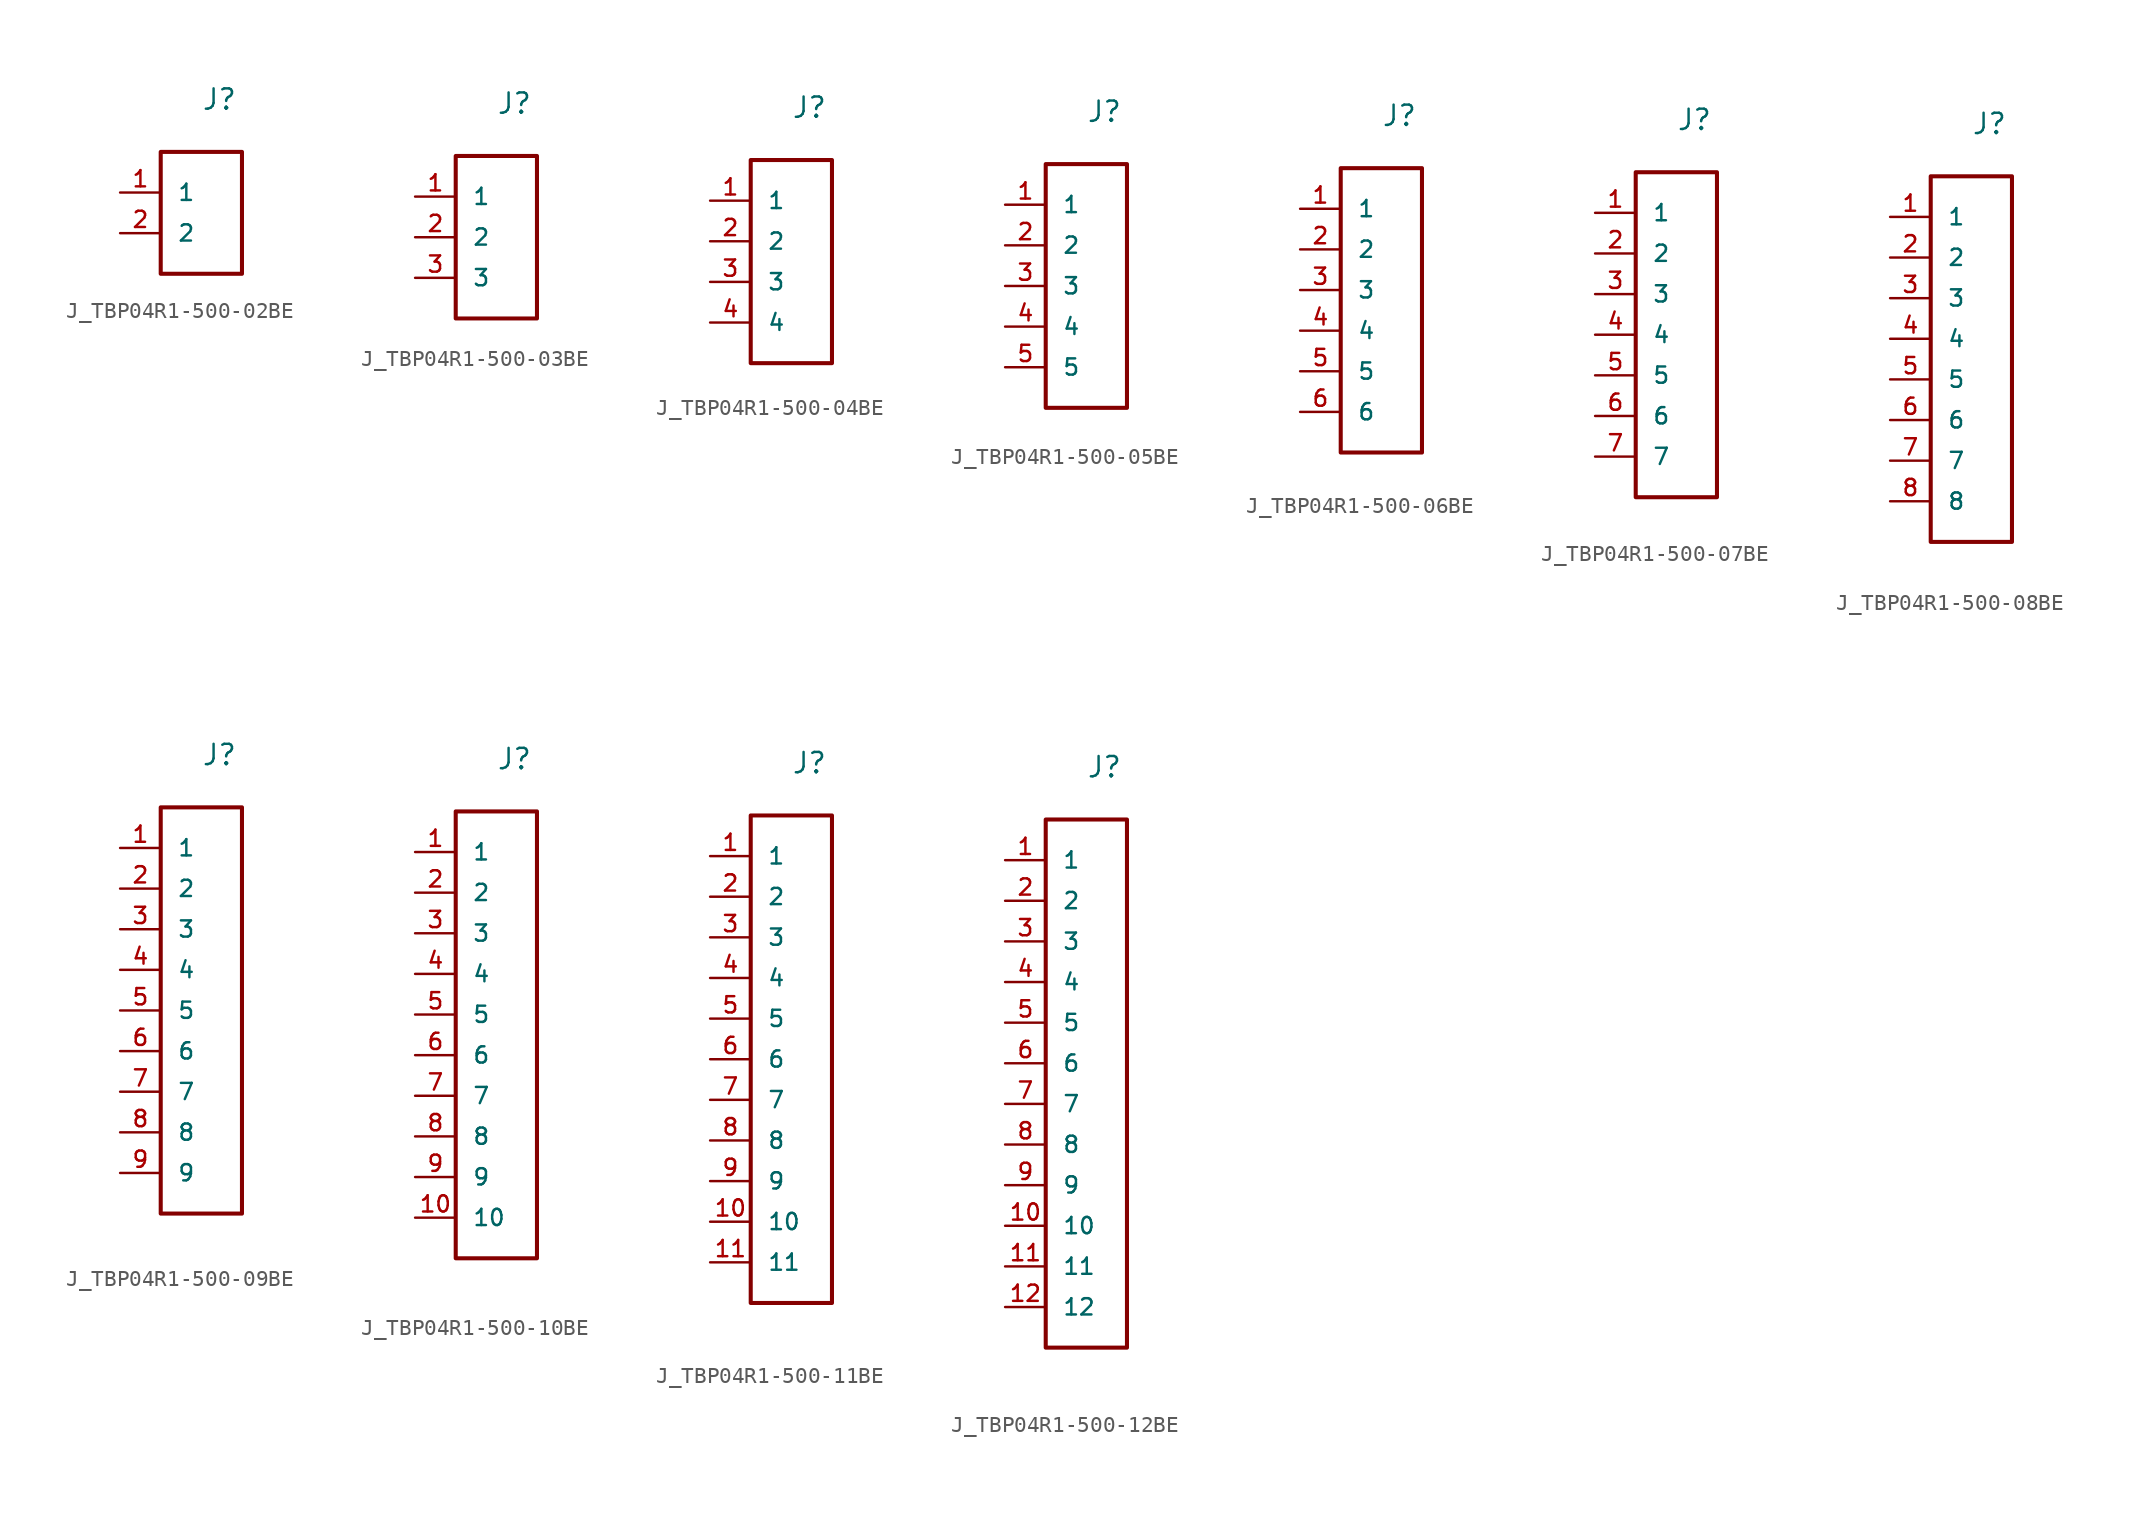
<source format=kicad_sym>
(kicad_symbol_lib
  (version 20231120)
  (generator "kicad_symbol_editor")
  (generator_version "8.0")
  (symbol "J_TBP04R1-500-02BE"
    (pin_names
      (offset 1.016))
    (property "Reference" "J"
      (at 0 6.35 0)
      (effects (font (size 1.27 1.27)) (justify left bottom)))
    (symbol "J_TBP04R1-500-02BE_0_0"
      (pin passive line (at -5.08 1.27 0) (length 2.54) (name "1" (effects (font (size 1.016 1.016)))) (number "1" (effects (font (size 1.016 1.016)))))
      (pin passive line (at -5.08 -1.27 0) (length 2.54) (name "2" (effects (font (size 1.016 1.016)))) (number "2" (effects (font (size 1.016 1.016))))))
    (symbol "J_TBP04R1-500-02BE_1_0"
      (rectangle (start -2.54 3.81) (end 2.54 -3.81) (stroke (width 0.254) (type solid)) (fill (type none)))))
  (symbol "J_TBP04R1-500-03BE"
    (pin_names
      (offset 1.016))
    (property "Reference" "J"
      (at 0 7.62 0)
      (effects (font (size 1.27 1.27)) (justify left bottom)))
    (symbol "J_TBP04R1-500-03BE_0_0"
      (pin passive line (at -5.08 2.54 0) (length 2.54) (name "1" (effects (font (size 1.016 1.016)))) (number "1" (effects (font (size 1.016 1.016)))))
      (pin passive line (at -5.08 0.0 0) (length 2.54) (name "2" (effects (font (size 1.016 1.016)))) (number "2" (effects (font (size 1.016 1.016)))))
      (pin passive line (at -5.08 -2.54 0) (length 2.54) (name "3" (effects (font (size 1.016 1.016)))) (number "3" (effects (font (size 1.016 1.016))))))
    (symbol "J_TBP04R1-500-03BE_1_0"
      (rectangle (start -2.54 5.08) (end 2.54 -5.08) (stroke (width 0.254) (type solid)) (fill (type none)))))
  (symbol "J_TBP04R1-500-04BE"
    (pin_names
      (offset 1.016))
    (property "Reference" "J"
      (at 0 8.89 0)
      (effects (font (size 1.27 1.27)) (justify left bottom)))
    (symbol "J_TBP04R1-500-04BE_0_0"
      (pin passive line (at -5.08 3.81 0) (length 2.54) (name "1" (effects (font (size 1.016 1.016)))) (number "1" (effects (font (size 1.016 1.016)))))
      (pin passive line (at -5.08 1.27 0) (length 2.54) (name "2" (effects (font (size 1.016 1.016)))) (number "2" (effects (font (size 1.016 1.016)))))
      (pin passive line (at -5.08 -1.27 0) (length 2.54) (name "3" (effects (font (size 1.016 1.016)))) (number "3" (effects (font (size 1.016 1.016)))))
      (pin passive line (at -5.08 -3.81 0) (length 2.54) (name "4" (effects (font (size 1.016 1.016)))) (number "4" (effects (font (size 1.016 1.016))))))
    (symbol "J_TBP04R1-500-04BE_1_0"
      (rectangle (start -2.54 6.35) (end 2.54 -6.35) (stroke (width 0.254) (type solid)) (fill (type none)))))
  (symbol "J_TBP04R1-500-05BE"
    (pin_names
      (offset 1.016))
    (property "Reference" "J"
      (at 0 10.16 0)
      (effects (font (size 1.27 1.27)) (justify left bottom)))
    (symbol "J_TBP04R1-500-05BE_0_0"
      (pin passive line (at -5.08 5.08 0) (length 2.54) (name "1" (effects (font (size 1.016 1.016)))) (number "1" (effects (font (size 1.016 1.016)))))
      (pin passive line (at -5.08 2.54 0) (length 2.54) (name "2" (effects (font (size 1.016 1.016)))) (number "2" (effects (font (size 1.016 1.016)))))
      (pin passive line (at -5.08 0.0 0) (length 2.54) (name "3" (effects (font (size 1.016 1.016)))) (number "3" (effects (font (size 1.016 1.016)))))
      (pin passive line (at -5.08 -2.54 0) (length 2.54) (name "4" (effects (font (size 1.016 1.016)))) (number "4" (effects (font (size 1.016 1.016)))))
      (pin passive line (at -5.08 -5.08 0) (length 2.54) (name "5" (effects (font (size 1.016 1.016)))) (number "5" (effects (font (size 1.016 1.016))))))
    (symbol "J_TBP04R1-500-05BE_1_0"
      (rectangle (start -2.54 7.62) (end 2.54 -7.62) (stroke (width 0.254) (type solid)) (fill (type none)))))
  (symbol "J_TBP04R1-500-06BE"
    (pin_names
      (offset 1.016))
    (property "Reference" "J"
      (at 0 11.43 0)
      (effects (font (size 1.27 1.27)) (justify left bottom)))
    (symbol "J_TBP04R1-500-06BE_0_0"
      (pin passive line (at -5.08 6.35 0) (length 2.54) (name "1" (effects (font (size 1.016 1.016)))) (number "1" (effects (font (size 1.016 1.016)))))
      (pin passive line (at -5.08 3.81 0) (length 2.54) (name "2" (effects (font (size 1.016 1.016)))) (number "2" (effects (font (size 1.016 1.016)))))
      (pin passive line (at -5.08 1.27 0) (length 2.54) (name "3" (effects (font (size 1.016 1.016)))) (number "3" (effects (font (size 1.016 1.016)))))
      (pin passive line (at -5.08 -1.27 0) (length 2.54) (name "4" (effects (font (size 1.016 1.016)))) (number "4" (effects (font (size 1.016 1.016)))))
      (pin passive line (at -5.08 -3.81 0) (length 2.54) (name "5" (effects (font (size 1.016 1.016)))) (number "5" (effects (font (size 1.016 1.016)))))
      (pin passive line (at -5.08 -6.35 0) (length 2.54) (name "6" (effects (font (size 1.016 1.016)))) (number "6" (effects (font (size 1.016 1.016))))))
    (symbol "J_TBP04R1-500-06BE_1_0"
      (rectangle (start -2.54 8.89) (end 2.54 -8.89) (stroke (width 0.254) (type solid)) (fill (type none)))))
  (symbol "J_TBP04R1-500-07BE"
    (pin_names
      (offset 1.016))
    (property "Reference" "J"
      (at 0 12.7 0)
      (effects (font (size 1.27 1.27)) (justify left bottom)))
    (symbol "J_TBP04R1-500-07BE_0_0"
      (pin passive line (at -5.08 7.62 0) (length 2.54) (name "1" (effects (font (size 1.016 1.016)))) (number "1" (effects (font (size 1.016 1.016)))))
      (pin passive line (at -5.08 5.08 0) (length 2.54) (name "2" (effects (font (size 1.016 1.016)))) (number "2" (effects (font (size 1.016 1.016)))))
      (pin passive line (at -5.08 2.54 0) (length 2.54) (name "3" (effects (font (size 1.016 1.016)))) (number "3" (effects (font (size 1.016 1.016)))))
      (pin passive line (at -5.08 0.0 0) (length 2.54) (name "4" (effects (font (size 1.016 1.016)))) (number "4" (effects (font (size 1.016 1.016)))))
      (pin passive line (at -5.08 -2.54 0) (length 2.54) (name "5" (effects (font (size 1.016 1.016)))) (number "5" (effects (font (size 1.016 1.016)))))
      (pin passive line (at -5.08 -5.08 0) (length 2.54) (name "6" (effects (font (size 1.016 1.016)))) (number "6" (effects (font (size 1.016 1.016)))))
      (pin passive line (at -5.08 -7.62 0) (length 2.54) (name "7" (effects (font (size 1.016 1.016)))) (number "7" (effects (font (size 1.016 1.016))))))
    (symbol "J_TBP04R1-500-07BE_1_0"
      (rectangle (start -2.54 10.16) (end 2.54 -10.16) (stroke (width 0.254) (type solid)) (fill (type none)))))
  (symbol "J_TBP04R1-500-08BE"
    (pin_names
      (offset 1.016))
    (property "Reference" "J"
      (at 0 13.97 0)
      (effects (font (size 1.27 1.27)) (justify left bottom)))
    (symbol "J_TBP04R1-500-08BE_0_0"
      (pin passive line (at -5.08 8.89 0) (length 2.54) (name "1" (effects (font (size 1.016 1.016)))) (number "1" (effects (font (size 1.016 1.016)))))
      (pin passive line (at -5.08 6.35 0) (length 2.54) (name "2" (effects (font (size 1.016 1.016)))) (number "2" (effects (font (size 1.016 1.016)))))
      (pin passive line (at -5.08 3.81 0) (length 2.54) (name "3" (effects (font (size 1.016 1.016)))) (number "3" (effects (font (size 1.016 1.016)))))
      (pin passive line (at -5.08 1.27 0) (length 2.54) (name "4" (effects (font (size 1.016 1.016)))) (number "4" (effects (font (size 1.016 1.016)))))
      (pin passive line (at -5.08 -1.27 0) (length 2.54) (name "5" (effects (font (size 1.016 1.016)))) (number "5" (effects (font (size 1.016 1.016)))))
      (pin passive line (at -5.08 -3.81 0) (length 2.54) (name "6" (effects (font (size 1.016 1.016)))) (number "6" (effects (font (size 1.016 1.016)))))
      (pin passive line (at -5.08 -6.35 0) (length 2.54) (name "7" (effects (font (size 1.016 1.016)))) (number "7" (effects (font (size 1.016 1.016)))))
      (pin passive line (at -5.08 -8.89 0) (length 2.54) (name "8" (effects (font (size 1.016 1.016)))) (number "8" (effects (font (size 1.016 1.016))))))
    (symbol "J_TBP04R1-500-08BE_1_0"
      (rectangle (start -2.54 11.43) (end 2.54 -11.43) (stroke (width 0.254) (type solid)) (fill (type none)))))
  (symbol "J_TBP04R1-500-09BE"
    (pin_names
      (offset 1.016))
    (property "Reference" "J"
      (at 0 15.24 0)
      (effects (font (size 1.27 1.27)) (justify left bottom)))
    (symbol "J_TBP04R1-500-09BE_0_0"
      (pin passive line (at -5.08 10.16 0) (length 2.54) (name "1" (effects (font (size 1.016 1.016)))) (number "1" (effects (font (size 1.016 1.016)))))
      (pin passive line (at -5.08 7.62 0) (length 2.54) (name "2" (effects (font (size 1.016 1.016)))) (number "2" (effects (font (size 1.016 1.016)))))
      (pin passive line (at -5.08 5.08 0) (length 2.54) (name "3" (effects (font (size 1.016 1.016)))) (number "3" (effects (font (size 1.016 1.016)))))
      (pin passive line (at -5.08 2.54 0) (length 2.54) (name "4" (effects (font (size 1.016 1.016)))) (number "4" (effects (font (size 1.016 1.016)))))
      (pin passive line (at -5.08 0.0 0) (length 2.54) (name "5" (effects (font (size 1.016 1.016)))) (number "5" (effects (font (size 1.016 1.016)))))
      (pin passive line (at -5.08 -2.54 0) (length 2.54) (name "6" (effects (font (size 1.016 1.016)))) (number "6" (effects (font (size 1.016 1.016)))))
      (pin passive line (at -5.08 -5.08 0) (length 2.54) (name "7" (effects (font (size 1.016 1.016)))) (number "7" (effects (font (size 1.016 1.016)))))
      (pin passive line (at -5.08 -7.62 0) (length 2.54) (name "8" (effects (font (size 1.016 1.016)))) (number "8" (effects (font (size 1.016 1.016)))))
      (pin passive line (at -5.08 -10.16 0) (length 2.54) (name "9" (effects (font (size 1.016 1.016)))) (number "9" (effects (font (size 1.016 1.016))))))
    (symbol "J_TBP04R1-500-09BE_1_0"
      (rectangle (start -2.54 12.7) (end 2.54 -12.7) (stroke (width 0.254) (type solid)) (fill (type none)))))
  (symbol "J_TBP04R1-500-10BE"
    (pin_names
      (offset 1.016))
    (property "Reference" "J"
      (at 0 16.51 0)
      (effects (font (size 1.27 1.27)) (justify left bottom)))
    (symbol "J_TBP04R1-500-10BE_0_0"
      (pin passive line (at -5.08 11.43 0) (length 2.54) (name "1" (effects (font (size 1.016 1.016)))) (number "1" (effects (font (size 1.016 1.016)))))
      (pin passive line (at -5.08 8.89 0) (length 2.54) (name "2" (effects (font (size 1.016 1.016)))) (number "2" (effects (font (size 1.016 1.016)))))
      (pin passive line (at -5.08 6.35 0) (length 2.54) (name "3" (effects (font (size 1.016 1.016)))) (number "3" (effects (font (size 1.016 1.016)))))
      (pin passive line (at -5.08 3.81 0) (length 2.54) (name "4" (effects (font (size 1.016 1.016)))) (number "4" (effects (font (size 1.016 1.016)))))
      (pin passive line (at -5.08 1.27 0) (length 2.54) (name "5" (effects (font (size 1.016 1.016)))) (number "5" (effects (font (size 1.016 1.016)))))
      (pin passive line (at -5.08 -1.27 0) (length 2.54) (name "6" (effects (font (size 1.016 1.016)))) (number "6" (effects (font (size 1.016 1.016)))))
      (pin passive line (at -5.08 -3.81 0) (length 2.54) (name "7" (effects (font (size 1.016 1.016)))) (number "7" (effects (font (size 1.016 1.016)))))
      (pin passive line (at -5.08 -6.35 0) (length 2.54) (name "8" (effects (font (size 1.016 1.016)))) (number "8" (effects (font (size 1.016 1.016)))))
      (pin passive line (at -5.08 -8.89 0) (length 2.54) (name "9" (effects (font (size 1.016 1.016)))) (number "9" (effects (font (size 1.016 1.016)))))
      (pin passive line (at -5.08 -11.43 0) (length 2.54) (name "10" (effects (font (size 1.016 1.016)))) (number "10" (effects (font (size 1.016 1.016))))))
    (symbol "J_TBP04R1-500-10BE_1_0"
      (rectangle (start -2.54 13.97) (end 2.54 -13.97) (stroke (width 0.254) (type solid)) (fill (type none)))))
  (symbol "J_TBP04R1-500-11BE"
    (pin_names
      (offset 1.016))
    (property "Reference" "J"
      (at 0 17.78 0)
      (effects (font (size 1.27 1.27)) (justify left bottom)))
    (symbol "J_TBP04R1-500-11BE_0_0"
      (pin passive line (at -5.08 12.7 0) (length 2.54) (name "1" (effects (font (size 1.016 1.016)))) (number "1" (effects (font (size 1.016 1.016)))))
      (pin passive line (at -5.08 10.16 0) (length 2.54) (name "2" (effects (font (size 1.016 1.016)))) (number "2" (effects (font (size 1.016 1.016)))))
      (pin passive line (at -5.08 7.62 0) (length 2.54) (name "3" (effects (font (size 1.016 1.016)))) (number "3" (effects (font (size 1.016 1.016)))))
      (pin passive line (at -5.08 5.08 0) (length 2.54) (name "4" (effects (font (size 1.016 1.016)))) (number "4" (effects (font (size 1.016 1.016)))))
      (pin passive line (at -5.08 2.54 0) (length 2.54) (name "5" (effects (font (size 1.016 1.016)))) (number "5" (effects (font (size 1.016 1.016)))))
      (pin passive line (at -5.08 0.0 0) (length 2.54) (name "6" (effects (font (size 1.016 1.016)))) (number "6" (effects (font (size 1.016 1.016)))))
      (pin passive line (at -5.08 -2.54 0) (length 2.54) (name "7" (effects (font (size 1.016 1.016)))) (number "7" (effects (font (size 1.016 1.016)))))
      (pin passive line (at -5.08 -5.08 0) (length 2.54) (name "8" (effects (font (size 1.016 1.016)))) (number "8" (effects (font (size 1.016 1.016)))))
      (pin passive line (at -5.08 -7.62 0) (length 2.54) (name "9" (effects (font (size 1.016 1.016)))) (number "9" (effects (font (size 1.016 1.016)))))
      (pin passive line (at -5.08 -10.16 0) (length 2.54) (name "10" (effects (font (size 1.016 1.016)))) (number "10" (effects (font (size 1.016 1.016)))))
      (pin passive line (at -5.08 -12.7 0) (length 2.54) (name "11" (effects (font (size 1.016 1.016)))) (number "11" (effects (font (size 1.016 1.016))))))
    (symbol "J_TBP04R1-500-11BE_1_0"
      (rectangle (start -2.54 15.24) (end 2.54 -15.24) (stroke (width 0.254) (type solid)) (fill (type none)))))
  (symbol "J_TBP04R1-500-12BE"
    (pin_names
      (offset 1.016))
    (property "Reference" "J"
      (at 0 19.05 0)
      (effects (font (size 1.27 1.27)) (justify left bottom)))
    (symbol "J_TBP04R1-500-12BE_0_0"
      (pin passive line (at -5.08 13.97 0) (length 2.54) (name "1" (effects (font (size 1.016 1.016)))) (number "1" (effects (font (size 1.016 1.016)))))
      (pin passive line (at -5.08 11.43 0) (length 2.54) (name "2" (effects (font (size 1.016 1.016)))) (number "2" (effects (font (size 1.016 1.016)))))
      (pin passive line (at -5.08 8.89 0) (length 2.54) (name "3" (effects (font (size 1.016 1.016)))) (number "3" (effects (font (size 1.016 1.016)))))
      (pin passive line (at -5.08 6.35 0) (length 2.54) (name "4" (effects (font (size 1.016 1.016)))) (number "4" (effects (font (size 1.016 1.016)))))
      (pin passive line (at -5.08 3.81 0) (length 2.54) (name "5" (effects (font (size 1.016 1.016)))) (number "5" (effects (font (size 1.016 1.016)))))
      (pin passive line (at -5.08 1.27 0) (length 2.54) (name "6" (effects (font (size 1.016 1.016)))) (number "6" (effects (font (size 1.016 1.016)))))
      (pin passive line (at -5.08 -1.27 0) (length 2.54) (name "7" (effects (font (size 1.016 1.016)))) (number "7" (effects (font (size 1.016 1.016)))))
      (pin passive line (at -5.08 -3.81 0) (length 2.54) (name "8" (effects (font (size 1.016 1.016)))) (number "8" (effects (font (size 1.016 1.016)))))
      (pin passive line (at -5.08 -6.35 0) (length 2.54) (name "9" (effects (font (size 1.016 1.016)))) (number "9" (effects (font (size 1.016 1.016)))))
      (pin passive line (at -5.08 -8.89 0) (length 2.54) (name "10" (effects (font (size 1.016 1.016)))) (number "10" (effects (font (size 1.016 1.016)))))
      (pin passive line (at -5.08 -11.43 0) (length 2.54) (name "11" (effects (font (size 1.016 1.016)))) (number "11" (effects (font (size 1.016 1.016)))))
      (pin passive line (at -5.08 -13.97 0) (length 2.54) (name "12" (effects (font (size 1.016 1.016)))) (number "12" (effects (font (size 1.016 1.016))))))
    (symbol "J_TBP04R1-500-12BE_1_0"
      (rectangle (start -2.54 16.51) (end 2.54 -16.51) (stroke (width 0.254) (type solid)) (fill (type none))))))
</source>
